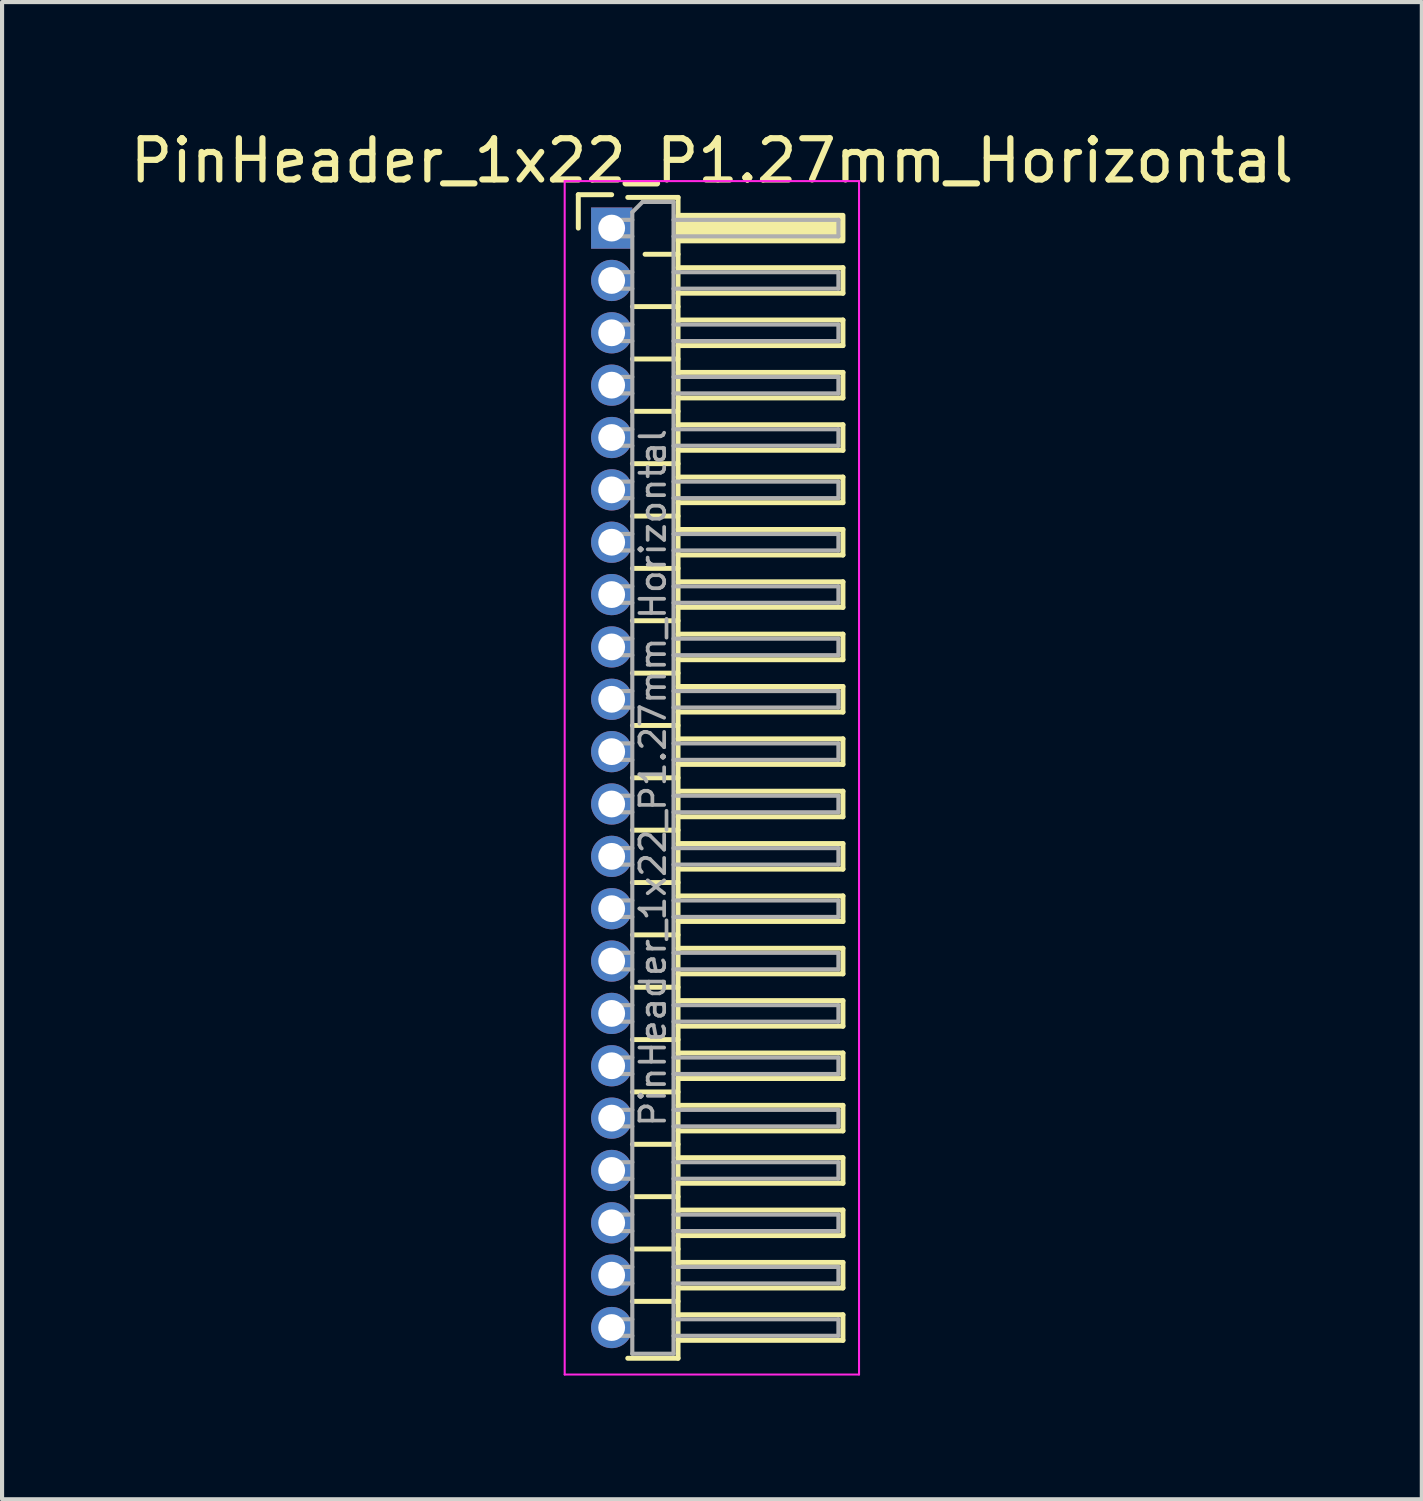
<source format=kicad_pcb>
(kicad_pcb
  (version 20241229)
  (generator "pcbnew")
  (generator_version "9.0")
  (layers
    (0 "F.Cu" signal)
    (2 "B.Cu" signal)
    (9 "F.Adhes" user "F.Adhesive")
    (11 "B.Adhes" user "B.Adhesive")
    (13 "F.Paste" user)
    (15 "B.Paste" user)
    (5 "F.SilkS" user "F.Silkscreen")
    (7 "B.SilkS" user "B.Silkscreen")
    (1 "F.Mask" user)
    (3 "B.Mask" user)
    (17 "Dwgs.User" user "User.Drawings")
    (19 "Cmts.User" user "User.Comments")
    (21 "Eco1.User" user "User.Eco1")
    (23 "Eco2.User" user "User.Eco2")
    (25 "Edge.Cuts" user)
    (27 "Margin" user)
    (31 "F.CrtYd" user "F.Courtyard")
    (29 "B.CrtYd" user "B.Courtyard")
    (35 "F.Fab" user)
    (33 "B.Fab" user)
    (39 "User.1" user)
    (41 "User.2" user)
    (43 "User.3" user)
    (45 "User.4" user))
  (footprint "PinHeader_1x22_P1.27mm_Horizontal"
    (layer "F.Cu")
    (at 11.788 2.483)
    (property "Reference" "PinHeader_1x22_P1.27mm_Horizontal" (at 2.433 -1.635 0) (layer "F.SilkS") (effects (font (size 1 1) (thickness 0.15))))
    (attr through_hole)
    (fp_line (start -0.81 -0.81) (end 0 -0.81) (stroke (width 0.12) (type solid)) (layer "F.SilkS"))
    (fp_line (start -0.81 0) (end -0.81 -0.81) (stroke (width 0.12) (type solid)) (layer "F.SilkS"))
    (fp_line (start 0.39 -0.745) (end 1.61 -0.745) (stroke (width 0.12) (type solid)) (layer "F.SilkS"))
    (fp_line (start 0.503 1.905) (end 1.61 1.905) (stroke (width 0.12) (type solid)) (layer "F.SilkS"))
    (fp_line (start 0.503 3.175) (end 1.61 3.175) (stroke (width 0.12) (type solid)) (layer "F.SilkS"))
    (fp_line (start 0.503 4.445) (end 1.61 4.445) (stroke (width 0.12) (type solid)) (layer "F.SilkS"))
    (fp_line (start 0.503 5.715) (end 1.61 5.715) (stroke (width 0.12) (type solid)) (layer "F.SilkS"))
    (fp_line (start 0.503 6.985) (end 1.61 6.985) (stroke (width 0.12) (type solid)) (layer "F.SilkS"))
    (fp_line (start 0.503 8.255) (end 1.61 8.255) (stroke (width 0.12) (type solid)) (layer "F.SilkS"))
    (fp_line (start 0.503 9.525) (end 1.61 9.525) (stroke (width 0.12) (type solid)) (layer "F.SilkS"))
    (fp_line (start 0.503 10.795) (end 1.61 10.795) (stroke (width 0.12) (type solid)) (layer "F.SilkS"))
    (fp_line (start 0.503 12.065) (end 1.61 12.065) (stroke (width 0.12) (type solid)) (layer "F.SilkS"))
    (fp_line (start 0.503 13.335) (end 1.61 13.335) (stroke (width 0.12) (type solid)) (layer "F.SilkS"))
    (fp_line (start 0.503 14.605) (end 1.61 14.605) (stroke (width 0.12) (type solid)) (layer "F.SilkS"))
    (fp_line (start 0.503 15.875) (end 1.61 15.875) (stroke (width 0.12) (type solid)) (layer "F.SilkS"))
    (fp_line (start 0.503 17.145) (end 1.61 17.145) (stroke (width 0.12) (type solid)) (layer "F.SilkS"))
    (fp_line (start 0.503 18.415) (end 1.61 18.415) (stroke (width 0.12) (type solid)) (layer "F.SilkS"))
    (fp_line (start 0.503 19.685) (end 1.61 19.685) (stroke (width 0.12) (type solid)) (layer "F.SilkS"))
    (fp_line (start 0.503 20.955) (end 1.61 20.955) (stroke (width 0.12) (type solid)) (layer "F.SilkS"))
    (fp_line (start 0.503 22.225) (end 1.61 22.225) (stroke (width 0.12) (type solid)) (layer "F.SilkS"))
    (fp_line (start 0.503 23.495) (end 1.61 23.495) (stroke (width 0.12) (type solid)) (layer "F.SilkS"))
    (fp_line (start 0.503 24.765) (end 1.61 24.765) (stroke (width 0.12) (type solid)) (layer "F.SilkS"))
    (fp_line (start 0.503 26.035) (end 1.61 26.035) (stroke (width 0.12) (type solid)) (layer "F.SilkS"))
    (fp_line (start 0.81 0.635) (end 1.61 0.635) (stroke (width 0.12) (type solid)) (layer "F.SilkS"))
    (fp_line (start 1.61 -0.745) (end 1.61 27.415) (stroke (width 0.12) (type solid)) (layer "F.SilkS"))
    (fp_line (start 1.61 0.96) (end 5.61 0.96) (stroke (width 0.12) (type solid)) (layer "F.SilkS"))
    (fp_line (start 1.61 2.23) (end 5.61 2.23) (stroke (width 0.12) (type solid)) (layer "F.SilkS"))
    (fp_line (start 1.61 3.5) (end 5.61 3.5) (stroke (width 0.12) (type solid)) (layer "F.SilkS"))
    (fp_line (start 1.61 4.77) (end 5.61 4.77) (stroke (width 0.12) (type solid)) (layer "F.SilkS"))
    (fp_line (start 1.61 6.04) (end 5.61 6.04) (stroke (width 0.12) (type solid)) (layer "F.SilkS"))
    (fp_line (start 1.61 7.31) (end 5.61 7.31) (stroke (width 0.12) (type solid)) (layer "F.SilkS"))
    (fp_line (start 1.61 8.58) (end 5.61 8.58) (stroke (width 0.12) (type solid)) (layer "F.SilkS"))
    (fp_line (start 1.61 9.85) (end 5.61 9.85) (stroke (width 0.12) (type solid)) (layer "F.SilkS"))
    (fp_line (start 1.61 11.12) (end 5.61 11.12) (stroke (width 0.12) (type solid)) (layer "F.SilkS"))
    (fp_line (start 1.61 12.39) (end 5.61 12.39) (stroke (width 0.12) (type solid)) (layer "F.SilkS"))
    (fp_line (start 1.61 13.66) (end 5.61 13.66) (stroke (width 0.12) (type solid)) (layer "F.SilkS"))
    (fp_line (start 1.61 14.93) (end 5.61 14.93) (stroke (width 0.12) (type solid)) (layer "F.SilkS"))
    (fp_line (start 1.61 16.2) (end 5.61 16.2) (stroke (width 0.12) (type solid)) (layer "F.SilkS"))
    (fp_line (start 1.61 17.47) (end 5.61 17.47) (stroke (width 0.12) (type solid)) (layer "F.SilkS"))
    (fp_line (start 1.61 18.74) (end 5.61 18.74) (stroke (width 0.12) (type solid)) (layer "F.SilkS"))
    (fp_line (start 1.61 20.01) (end 5.61 20.01) (stroke (width 0.12) (type solid)) (layer "F.SilkS"))
    (fp_line (start 1.61 21.28) (end 5.61 21.28) (stroke (width 0.12) (type solid)) (layer "F.SilkS"))
    (fp_line (start 1.61 22.55) (end 5.61 22.55) (stroke (width 0.12) (type solid)) (layer "F.SilkS"))
    (fp_line (start 1.61 23.82) (end 5.61 23.82) (stroke (width 0.12) (type solid)) (layer "F.SilkS"))
    (fp_line (start 1.61 25.09) (end 5.61 25.09) (stroke (width 0.12) (type solid)) (layer "F.SilkS"))
    (fp_line (start 1.61 26.36) (end 5.61 26.36) (stroke (width 0.12) (type solid)) (layer "F.SilkS"))
    (fp_line (start 1.61 27.415) (end 0.39 27.415) (stroke (width 0.12) (type solid)) (layer "F.SilkS"))
    (fp_line (start 5.61 0.96) (end 5.61 1.58) (stroke (width 0.12) (type solid)) (layer "F.SilkS"))
    (fp_line (start 5.61 1.58) (end 1.61 1.58) (stroke (width 0.12) (type solid)) (layer "F.SilkS"))
    (fp_line (start 5.61 2.23) (end 5.61 2.85) (stroke (width 0.12) (type solid)) (layer "F.SilkS"))
    (fp_line (start 5.61 2.85) (end 1.61 2.85) (stroke (width 0.12) (type solid)) (layer "F.SilkS"))
    (fp_line (start 5.61 3.5) (end 5.61 4.12) (stroke (width 0.12) (type solid)) (layer "F.SilkS"))
    (fp_line (start 5.61 4.12) (end 1.61 4.12) (stroke (width 0.12) (type solid)) (layer "F.SilkS"))
    (fp_line (start 5.61 4.77) (end 5.61 5.39) (stroke (width 0.12) (type solid)) (layer "F.SilkS"))
    (fp_line (start 5.61 5.39) (end 1.61 5.39) (stroke (width 0.12) (type solid)) (layer "F.SilkS"))
    (fp_line (start 5.61 6.04) (end 5.61 6.66) (stroke (width 0.12) (type solid)) (layer "F.SilkS"))
    (fp_line (start 5.61 6.66) (end 1.61 6.66) (stroke (width 0.12) (type solid)) (layer "F.SilkS"))
    (fp_line (start 5.61 7.31) (end 5.61 7.93) (stroke (width 0.12) (type solid)) (layer "F.SilkS"))
    (fp_line (start 5.61 7.93) (end 1.61 7.93) (stroke (width 0.12) (type solid)) (layer "F.SilkS"))
    (fp_line (start 5.61 8.58) (end 5.61 9.2) (stroke (width 0.12) (type solid)) (layer "F.SilkS"))
    (fp_line (start 5.61 9.2) (end 1.61 9.2) (stroke (width 0.12) (type solid)) (layer "F.SilkS"))
    (fp_line (start 5.61 9.85) (end 5.61 10.47) (stroke (width 0.12) (type solid)) (layer "F.SilkS"))
    (fp_line (start 5.61 10.47) (end 1.61 10.47) (stroke (width 0.12) (type solid)) (layer "F.SilkS"))
    (fp_line (start 5.61 11.12) (end 5.61 11.74) (stroke (width 0.12) (type solid)) (layer "F.SilkS"))
    (fp_line (start 5.61 11.74) (end 1.61 11.74) (stroke (width 0.12) (type solid)) (layer "F.SilkS"))
    (fp_line (start 5.61 12.39) (end 5.61 13.01) (stroke (width 0.12) (type solid)) (layer "F.SilkS"))
    (fp_line (start 5.61 13.01) (end 1.61 13.01) (stroke (width 0.12) (type solid)) (layer "F.SilkS"))
    (fp_line (start 5.61 13.66) (end 5.61 14.28) (stroke (width 0.12) (type solid)) (layer "F.SilkS"))
    (fp_line (start 5.61 14.28) (end 1.61 14.28) (stroke (width 0.12) (type solid)) (layer "F.SilkS"))
    (fp_line (start 5.61 14.93) (end 5.61 15.55) (stroke (width 0.12) (type solid)) (layer "F.SilkS"))
    (fp_line (start 5.61 15.55) (end 1.61 15.55) (stroke (width 0.12) (type solid)) (layer "F.SilkS"))
    (fp_line (start 5.61 16.2) (end 5.61 16.82) (stroke (width 0.12) (type solid)) (layer "F.SilkS"))
    (fp_line (start 5.61 16.82) (end 1.61 16.82) (stroke (width 0.12) (type solid)) (layer "F.SilkS"))
    (fp_line (start 5.61 17.47) (end 5.61 18.09) (stroke (width 0.12) (type solid)) (layer "F.SilkS"))
    (fp_line (start 5.61 18.09) (end 1.61 18.09) (stroke (width 0.12) (type solid)) (layer "F.SilkS"))
    (fp_line (start 5.61 18.74) (end 5.61 19.36) (stroke (width 0.12) (type solid)) (layer "F.SilkS"))
    (fp_line (start 5.61 19.36) (end 1.61 19.36) (stroke (width 0.12) (type solid)) (layer "F.SilkS"))
    (fp_line (start 5.61 20.01) (end 5.61 20.63) (stroke (width 0.12) (type solid)) (layer "F.SilkS"))
    (fp_line (start 5.61 20.63) (end 1.61 20.63) (stroke (width 0.12) (type solid)) (layer "F.SilkS"))
    (fp_line (start 5.61 21.28) (end 5.61 21.9) (stroke (width 0.12) (type solid)) (layer "F.SilkS"))
    (fp_line (start 5.61 21.9) (end 1.61 21.9) (stroke (width 0.12) (type solid)) (layer "F.SilkS"))
    (fp_line (start 5.61 22.55) (end 5.61 23.17) (stroke (width 0.12) (type solid)) (layer "F.SilkS"))
    (fp_line (start 5.61 23.17) (end 1.61 23.17) (stroke (width 0.12) (type solid)) (layer "F.SilkS"))
    (fp_line (start 5.61 23.82) (end 5.61 24.44) (stroke (width 0.12) (type solid)) (layer "F.SilkS"))
    (fp_line (start 5.61 24.44) (end 1.61 24.44) (stroke (width 0.12) (type solid)) (layer "F.SilkS"))
    (fp_line (start 5.61 25.09) (end 5.61 25.71) (stroke (width 0.12) (type solid)) (layer "F.SilkS"))
    (fp_line (start 5.61 25.71) (end 1.61 25.71) (stroke (width 0.12) (type solid)) (layer "F.SilkS"))
    (fp_line (start 5.61 26.36) (end 5.61 26.98) (stroke (width 0.12) (type solid)) (layer "F.SilkS"))
    (fp_line (start 5.61 26.98) (end 1.61 26.98) (stroke (width 0.12) (type solid)) (layer "F.SilkS"))
    (fp_rect (start 1.61 -0.31) (end 5.61 0.31) (stroke (width 0.12) (type solid)) (fill yes) (layer "F.SilkS"))
    (fp_line (start -1.14 -1.14) (end -1.14 27.81) (stroke (width 0.05) (type solid)) (layer "F.CrtYd"))
    (fp_line (start -1.14 27.81) (end 6 27.81) (stroke (width 0.05) (type solid)) (layer "F.CrtYd"))
    (fp_line (start 6 -1.14) (end -1.14 -1.14) (stroke (width 0.05) (type solid)) (layer "F.CrtYd"))
    (fp_line (start 6 27.81) (end 6 -1.14) (stroke (width 0.05) (type solid)) (layer "F.CrtYd"))
    (fp_line (start -0.2 -0.2) (end -0.2 0.2) (stroke (width 0.1) (type solid)) (layer "F.Fab"))
    (fp_line (start -0.2 -0.2) (end 0.5 -0.2) (stroke (width 0.1) (type solid)) (layer "F.Fab"))
    (fp_line (start -0.2 0.2) (end 0.5 0.2) (stroke (width 0.1) (type solid)) (layer "F.Fab"))
    (fp_line (start -0.2 1.07) (end -0.2 1.47) (stroke (width 0.1) (type solid)) (layer "F.Fab"))
    (fp_line (start -0.2 1.07) (end 0.5 1.07) (stroke (width 0.1) (type solid)) (layer "F.Fab"))
    (fp_line (start -0.2 1.47) (end 0.5 1.47) (stroke (width 0.1) (type solid)) (layer "F.Fab"))
    (fp_line (start -0.2 2.34) (end -0.2 2.74) (stroke (width 0.1) (type solid)) (layer "F.Fab"))
    (fp_line (start -0.2 2.34) (end 0.5 2.34) (stroke (width 0.1) (type solid)) (layer "F.Fab"))
    (fp_line (start -0.2 2.74) (end 0.5 2.74) (stroke (width 0.1) (type solid)) (layer "F.Fab"))
    (fp_line (start -0.2 3.61) (end -0.2 4.01) (stroke (width 0.1) (type solid)) (layer "F.Fab"))
    (fp_line (start -0.2 3.61) (end 0.5 3.61) (stroke (width 0.1) (type solid)) (layer "F.Fab"))
    (fp_line (start -0.2 4.01) (end 0.5 4.01) (stroke (width 0.1) (type solid)) (layer "F.Fab"))
    (fp_line (start -0.2 4.88) (end -0.2 5.28) (stroke (width 0.1) (type solid)) (layer "F.Fab"))
    (fp_line (start -0.2 4.88) (end 0.5 4.88) (stroke (width 0.1) (type solid)) (layer "F.Fab"))
    (fp_line (start -0.2 5.28) (end 0.5 5.28) (stroke (width 0.1) (type solid)) (layer "F.Fab"))
    (fp_line (start -0.2 6.15) (end -0.2 6.55) (stroke (width 0.1) (type solid)) (layer "F.Fab"))
    (fp_line (start -0.2 6.15) (end 0.5 6.15) (stroke (width 0.1) (type solid)) (layer "F.Fab"))
    (fp_line (start -0.2 6.55) (end 0.5 6.55) (stroke (width 0.1) (type solid)) (layer "F.Fab"))
    (fp_line (start -0.2 7.42) (end -0.2 7.82) (stroke (width 0.1) (type solid)) (layer "F.Fab"))
    (fp_line (start -0.2 7.42) (end 0.5 7.42) (stroke (width 0.1) (type solid)) (layer "F.Fab"))
    (fp_line (start -0.2 7.82) (end 0.5 7.82) (stroke (width 0.1) (type solid)) (layer "F.Fab"))
    (fp_line (start -0.2 8.69) (end -0.2 9.09) (stroke (width 0.1) (type solid)) (layer "F.Fab"))
    (fp_line (start -0.2 8.69) (end 0.5 8.69) (stroke (width 0.1) (type solid)) (layer "F.Fab"))
    (fp_line (start -0.2 9.09) (end 0.5 9.09) (stroke (width 0.1) (type solid)) (layer "F.Fab"))
    (fp_line (start -0.2 9.96) (end -0.2 10.36) (stroke (width 0.1) (type solid)) (layer "F.Fab"))
    (fp_line (start -0.2 9.96) (end 0.5 9.96) (stroke (width 0.1) (type solid)) (layer "F.Fab"))
    (fp_line (start -0.2 10.36) (end 0.5 10.36) (stroke (width 0.1) (type solid)) (layer "F.Fab"))
    (fp_line (start -0.2 11.23) (end -0.2 11.63) (stroke (width 0.1) (type solid)) (layer "F.Fab"))
    (fp_line (start -0.2 11.23) (end 0.5 11.23) (stroke (width 0.1) (type solid)) (layer "F.Fab"))
    (fp_line (start -0.2 11.63) (end 0.5 11.63) (stroke (width 0.1) (type solid)) (layer "F.Fab"))
    (fp_line (start -0.2 12.5) (end -0.2 12.9) (stroke (width 0.1) (type solid)) (layer "F.Fab"))
    (fp_line (start -0.2 12.5) (end 0.5 12.5) (stroke (width 0.1) (type solid)) (layer "F.Fab"))
    (fp_line (start -0.2 12.9) (end 0.5 12.9) (stroke (width 0.1) (type solid)) (layer "F.Fab"))
    (fp_line (start -0.2 13.77) (end -0.2 14.17) (stroke (width 0.1) (type solid)) (layer "F.Fab"))
    (fp_line (start -0.2 13.77) (end 0.5 13.77) (stroke (width 0.1) (type solid)) (layer "F.Fab"))
    (fp_line (start -0.2 14.17) (end 0.5 14.17) (stroke (width 0.1) (type solid)) (layer "F.Fab"))
    (fp_line (start -0.2 15.04) (end -0.2 15.44) (stroke (width 0.1) (type solid)) (layer "F.Fab"))
    (fp_line (start -0.2 15.04) (end 0.5 15.04) (stroke (width 0.1) (type solid)) (layer "F.Fab"))
    (fp_line (start -0.2 15.44) (end 0.5 15.44) (stroke (width 0.1) (type solid)) (layer "F.Fab"))
    (fp_line (start -0.2 16.31) (end -0.2 16.71) (stroke (width 0.1) (type solid)) (layer "F.Fab"))
    (fp_line (start -0.2 16.31) (end 0.5 16.31) (stroke (width 0.1) (type solid)) (layer "F.Fab"))
    (fp_line (start -0.2 16.71) (end 0.5 16.71) (stroke (width 0.1) (type solid)) (layer "F.Fab"))
    (fp_line (start -0.2 17.58) (end -0.2 17.98) (stroke (width 0.1) (type solid)) (layer "F.Fab"))
    (fp_line (start -0.2 17.58) (end 0.5 17.58) (stroke (width 0.1) (type solid)) (layer "F.Fab"))
    (fp_line (start -0.2 17.98) (end 0.5 17.98) (stroke (width 0.1) (type solid)) (layer "F.Fab"))
    (fp_line (start -0.2 18.85) (end -0.2 19.25) (stroke (width 0.1) (type solid)) (layer "F.Fab"))
    (fp_line (start -0.2 18.85) (end 0.5 18.85) (stroke (width 0.1) (type solid)) (layer "F.Fab"))
    (fp_line (start -0.2 19.25) (end 0.5 19.25) (stroke (width 0.1) (type solid)) (layer "F.Fab"))
    (fp_line (start -0.2 20.12) (end -0.2 20.52) (stroke (width 0.1) (type solid)) (layer "F.Fab"))
    (fp_line (start -0.2 20.12) (end 0.5 20.12) (stroke (width 0.1) (type solid)) (layer "F.Fab"))
    (fp_line (start -0.2 20.52) (end 0.5 20.52) (stroke (width 0.1) (type solid)) (layer "F.Fab"))
    (fp_line (start -0.2 21.39) (end -0.2 21.79) (stroke (width 0.1) (type solid)) (layer "F.Fab"))
    (fp_line (start -0.2 21.39) (end 0.5 21.39) (stroke (width 0.1) (type solid)) (layer "F.Fab"))
    (fp_line (start -0.2 21.79) (end 0.5 21.79) (stroke (width 0.1) (type solid)) (layer "F.Fab"))
    (fp_line (start -0.2 22.66) (end -0.2 23.06) (stroke (width 0.1) (type solid)) (layer "F.Fab"))
    (fp_line (start -0.2 22.66) (end 0.5 22.66) (stroke (width 0.1) (type solid)) (layer "F.Fab"))
    (fp_line (start -0.2 23.06) (end 0.5 23.06) (stroke (width 0.1) (type solid)) (layer "F.Fab"))
    (fp_line (start -0.2 23.93) (end -0.2 24.33) (stroke (width 0.1) (type solid)) (layer "F.Fab"))
    (fp_line (start -0.2 23.93) (end 0.5 23.93) (stroke (width 0.1) (type solid)) (layer "F.Fab"))
    (fp_line (start -0.2 24.33) (end 0.5 24.33) (stroke (width 0.1) (type solid)) (layer "F.Fab"))
    (fp_line (start -0.2 25.2) (end -0.2 25.6) (stroke (width 0.1) (type solid)) (layer "F.Fab"))
    (fp_line (start -0.2 25.2) (end 0.5 25.2) (stroke (width 0.1) (type solid)) (layer "F.Fab"))
    (fp_line (start -0.2 25.6) (end 0.5 25.6) (stroke (width 0.1) (type solid)) (layer "F.Fab"))
    (fp_line (start -0.2 26.47) (end -0.2 26.87) (stroke (width 0.1) (type solid)) (layer "F.Fab"))
    (fp_line (start -0.2 26.47) (end 0.5 26.47) (stroke (width 0.1) (type solid)) (layer "F.Fab"))
    (fp_line (start -0.2 26.87) (end 0.5 26.87) (stroke (width 0.1) (type solid)) (layer "F.Fab"))
    (fp_line (start 0.5 -0.385) (end 0.75 -0.635) (stroke (width 0.1) (type solid)) (layer "F.Fab"))
    (fp_line (start 0.5 27.305) (end 0.5 -0.385) (stroke (width 0.1) (type solid)) (layer "F.Fab"))
    (fp_line (start 0.75 -0.635) (end 1.5 -0.635) (stroke (width 0.1) (type solid)) (layer "F.Fab"))
    (fp_line (start 1.5 -0.635) (end 1.5 27.305) (stroke (width 0.1) (type solid)) (layer "F.Fab"))
    (fp_line (start 1.5 -0.2) (end 5.5 -0.2) (stroke (width 0.1) (type solid)) (layer "F.Fab"))
    (fp_line (start 1.5 0.2) (end 5.5 0.2) (stroke (width 0.1) (type solid)) (layer "F.Fab"))
    (fp_line (start 1.5 1.07) (end 5.5 1.07) (stroke (width 0.1) (type solid)) (layer "F.Fab"))
    (fp_line (start 1.5 1.47) (end 5.5 1.47) (stroke (width 0.1) (type solid)) (layer "F.Fab"))
    (fp_line (start 1.5 2.34) (end 5.5 2.34) (stroke (width 0.1) (type solid)) (layer "F.Fab"))
    (fp_line (start 1.5 2.74) (end 5.5 2.74) (stroke (width 0.1) (type solid)) (layer "F.Fab"))
    (fp_line (start 1.5 3.61) (end 5.5 3.61) (stroke (width 0.1) (type solid)) (layer "F.Fab"))
    (fp_line (start 1.5 4.01) (end 5.5 4.01) (stroke (width 0.1) (type solid)) (layer "F.Fab"))
    (fp_line (start 1.5 4.88) (end 5.5 4.88) (stroke (width 0.1) (type solid)) (layer "F.Fab"))
    (fp_line (start 1.5 5.28) (end 5.5 5.28) (stroke (width 0.1) (type solid)) (layer "F.Fab"))
    (fp_line (start 1.5 6.15) (end 5.5 6.15) (stroke (width 0.1) (type solid)) (layer "F.Fab"))
    (fp_line (start 1.5 6.55) (end 5.5 6.55) (stroke (width 0.1) (type solid)) (layer "F.Fab"))
    (fp_line (start 1.5 7.42) (end 5.5 7.42) (stroke (width 0.1) (type solid)) (layer "F.Fab"))
    (fp_line (start 1.5 7.82) (end 5.5 7.82) (stroke (width 0.1) (type solid)) (layer "F.Fab"))
    (fp_line (start 1.5 8.69) (end 5.5 8.69) (stroke (width 0.1) (type solid)) (layer "F.Fab"))
    (fp_line (start 1.5 9.09) (end 5.5 9.09) (stroke (width 0.1) (type solid)) (layer "F.Fab"))
    (fp_line (start 1.5 9.96) (end 5.5 9.96) (stroke (width 0.1) (type solid)) (layer "F.Fab"))
    (fp_line (start 1.5 10.36) (end 5.5 10.36) (stroke (width 0.1) (type solid)) (layer "F.Fab"))
    (fp_line (start 1.5 11.23) (end 5.5 11.23) (stroke (width 0.1) (type solid)) (layer "F.Fab"))
    (fp_line (start 1.5 11.63) (end 5.5 11.63) (stroke (width 0.1) (type solid)) (layer "F.Fab"))
    (fp_line (start 1.5 12.5) (end 5.5 12.5) (stroke (width 0.1) (type solid)) (layer "F.Fab"))
    (fp_line (start 1.5 12.9) (end 5.5 12.9) (stroke (width 0.1) (type solid)) (layer "F.Fab"))
    (fp_line (start 1.5 13.77) (end 5.5 13.77) (stroke (width 0.1) (type solid)) (layer "F.Fab"))
    (fp_line (start 1.5 14.17) (end 5.5 14.17) (stroke (width 0.1) (type solid)) (layer "F.Fab"))
    (fp_line (start 1.5 15.04) (end 5.5 15.04) (stroke (width 0.1) (type solid)) (layer "F.Fab"))
    (fp_line (start 1.5 15.44) (end 5.5 15.44) (stroke (width 0.1) (type solid)) (layer "F.Fab"))
    (fp_line (start 1.5 16.31) (end 5.5 16.31) (stroke (width 0.1) (type solid)) (layer "F.Fab"))
    (fp_line (start 1.5 16.71) (end 5.5 16.71) (stroke (width 0.1) (type solid)) (layer "F.Fab"))
    (fp_line (start 1.5 17.58) (end 5.5 17.58) (stroke (width 0.1) (type solid)) (layer "F.Fab"))
    (fp_line (start 1.5 17.98) (end 5.5 17.98) (stroke (width 0.1) (type solid)) (layer "F.Fab"))
    (fp_line (start 1.5 18.85) (end 5.5 18.85) (stroke (width 0.1) (type solid)) (layer "F.Fab"))
    (fp_line (start 1.5 19.25) (end 5.5 19.25) (stroke (width 0.1) (type solid)) (layer "F.Fab"))
    (fp_line (start 1.5 20.12) (end 5.5 20.12) (stroke (width 0.1) (type solid)) (layer "F.Fab"))
    (fp_line (start 1.5 20.52) (end 5.5 20.52) (stroke (width 0.1) (type solid)) (layer "F.Fab"))
    (fp_line (start 1.5 21.39) (end 5.5 21.39) (stroke (width 0.1) (type solid)) (layer "F.Fab"))
    (fp_line (start 1.5 21.79) (end 5.5 21.79) (stroke (width 0.1) (type solid)) (layer "F.Fab"))
    (fp_line (start 1.5 22.66) (end 5.5 22.66) (stroke (width 0.1) (type solid)) (layer "F.Fab"))
    (fp_line (start 1.5 23.06) (end 5.5 23.06) (stroke (width 0.1) (type solid)) (layer "F.Fab"))
    (fp_line (start 1.5 23.93) (end 5.5 23.93) (stroke (width 0.1) (type solid)) (layer "F.Fab"))
    (fp_line (start 1.5 24.33) (end 5.5 24.33) (stroke (width 0.1) (type solid)) (layer "F.Fab"))
    (fp_line (start 1.5 25.2) (end 5.5 25.2) (stroke (width 0.1) (type solid)) (layer "F.Fab"))
    (fp_line (start 1.5 25.6) (end 5.5 25.6) (stroke (width 0.1) (type solid)) (layer "F.Fab"))
    (fp_line (start 1.5 26.47) (end 5.5 26.47) (stroke (width 0.1) (type solid)) (layer "F.Fab"))
    (fp_line (start 1.5 26.87) (end 5.5 26.87) (stroke (width 0.1) (type solid)) (layer "F.Fab"))
    (fp_line (start 1.5 27.305) (end 0.5 27.305) (stroke (width 0.1) (type solid)) (layer "F.Fab"))
    (fp_line (start 5.5 -0.2) (end 5.5 0.2) (stroke (width 0.1) (type solid)) (layer "F.Fab"))
    (fp_line (start 5.5 1.07) (end 5.5 1.47) (stroke (width 0.1) (type solid)) (layer "F.Fab"))
    (fp_line (start 5.5 2.34) (end 5.5 2.74) (stroke (width 0.1) (type solid)) (layer "F.Fab"))
    (fp_line (start 5.5 3.61) (end 5.5 4.01) (stroke (width 0.1) (type solid)) (layer "F.Fab"))
    (fp_line (start 5.5 4.88) (end 5.5 5.28) (stroke (width 0.1) (type solid)) (layer "F.Fab"))
    (fp_line (start 5.5 6.15) (end 5.5 6.55) (stroke (width 0.1) (type solid)) (layer "F.Fab"))
    (fp_line (start 5.5 7.42) (end 5.5 7.82) (stroke (width 0.1) (type solid)) (layer "F.Fab"))
    (fp_line (start 5.5 8.69) (end 5.5 9.09) (stroke (width 0.1) (type solid)) (layer "F.Fab"))
    (fp_line (start 5.5 9.96) (end 5.5 10.36) (stroke (width 0.1) (type solid)) (layer "F.Fab"))
    (fp_line (start 5.5 11.23) (end 5.5 11.63) (stroke (width 0.1) (type solid)) (layer "F.Fab"))
    (fp_line (start 5.5 12.5) (end 5.5 12.9) (stroke (width 0.1) (type solid)) (layer "F.Fab"))
    (fp_line (start 5.5 13.77) (end 5.5 14.17) (stroke (width 0.1) (type solid)) (layer "F.Fab"))
    (fp_line (start 5.5 15.04) (end 5.5 15.44) (stroke (width 0.1) (type solid)) (layer "F.Fab"))
    (fp_line (start 5.5 16.31) (end 5.5 16.71) (stroke (width 0.1) (type solid)) (layer "F.Fab"))
    (fp_line (start 5.5 17.58) (end 5.5 17.98) (stroke (width 0.1) (type solid)) (layer "F.Fab"))
    (fp_line (start 5.5 18.85) (end 5.5 19.25) (stroke (width 0.1) (type solid)) (layer "F.Fab"))
    (fp_line (start 5.5 20.12) (end 5.5 20.52) (stroke (width 0.1) (type solid)) (layer "F.Fab"))
    (fp_line (start 5.5 21.39) (end 5.5 21.79) (stroke (width 0.1) (type solid)) (layer "F.Fab"))
    (fp_line (start 5.5 22.66) (end 5.5 23.06) (stroke (width 0.1) (type solid)) (layer "F.Fab"))
    (fp_line (start 5.5 23.93) (end 5.5 24.33) (stroke (width 0.1) (type solid)) (layer "F.Fab"))
    (fp_line (start 5.5 25.2) (end 5.5 25.6) (stroke (width 0.1) (type solid)) (layer "F.Fab"))
    (fp_line (start 5.5 26.47) (end 5.5 26.87) (stroke (width 0.1) (type solid)) (layer "F.Fab"))
    (fp_text user "${REFERENCE}" (at 1 13.335 90) (layer "F.Fab") (effects (font (size 0.6 0.6) (thickness 0.09))))
    (pad "1" thru_hole rect (at 0 0) (size 1 1) (drill 0.65) (layers "*.Cu" "*.Mask"))
    (pad "2" thru_hole circle (at 0 1.27) (size 1 1) (drill 0.65) (layers "*.Cu" "*.Mask"))
    (pad "3" thru_hole circle (at 0 2.54) (size 1 1) (drill 0.65) (layers "*.Cu" "*.Mask"))
    (pad "4" thru_hole circle (at 0 3.81) (size 1 1) (drill 0.65) (layers "*.Cu" "*.Mask"))
    (pad "5" thru_hole circle (at 0 5.08) (size 1 1) (drill 0.65) (layers "*.Cu" "*.Mask"))
    (pad "6" thru_hole circle (at 0 6.35) (size 1 1) (drill 0.65) (layers "*.Cu" "*.Mask"))
    (pad "7" thru_hole circle (at 0 7.62) (size 1 1) (drill 0.65) (layers "*.Cu" "*.Mask"))
    (pad "8" thru_hole circle (at 0 8.89) (size 1 1) (drill 0.65) (layers "*.Cu" "*.Mask"))
    (pad "9" thru_hole circle (at 0 10.16) (size 1 1) (drill 0.65) (layers "*.Cu" "*.Mask"))
    (pad "10" thru_hole circle (at 0 11.43) (size 1 1) (drill 0.65) (layers "*.Cu" "*.Mask"))
    (pad "11" thru_hole circle (at 0 12.7) (size 1 1) (drill 0.65) (layers "*.Cu" "*.Mask"))
    (pad "12" thru_hole circle (at 0 13.97) (size 1 1) (drill 0.65) (layers "*.Cu" "*.Mask"))
    (pad "13" thru_hole circle (at 0 15.24) (size 1 1) (drill 0.65) (layers "*.Cu" "*.Mask"))
    (pad "14" thru_hole circle (at 0 16.51) (size 1 1) (drill 0.65) (layers "*.Cu" "*.Mask"))
    (pad "15" thru_hole circle (at 0 17.78) (size 1 1) (drill 0.65) (layers "*.Cu" "*.Mask"))
    (pad "16" thru_hole circle (at 0 19.05) (size 1 1) (drill 0.65) (layers "*.Cu" "*.Mask"))
    (pad "17" thru_hole circle (at 0 20.32) (size 1 1) (drill 0.65) (layers "*.Cu" "*.Mask"))
    (pad "18" thru_hole circle (at 0 21.59) (size 1 1) (drill 0.65) (layers "*.Cu" "*.Mask"))
    (pad "19" thru_hole circle (at 0 22.86) (size 1 1) (drill 0.65) (layers "*.Cu" "*.Mask"))
    (pad "20" thru_hole circle (at 0 24.13) (size 1 1) (drill 0.65) (layers "*.Cu" "*.Mask"))
    (pad "21" thru_hole circle (at 0 25.4) (size 1 1) (drill 0.65) (layers "*.Cu" "*.Mask"))
    (pad "22" thru_hole circle (at 0 26.67) (size 1 1) (drill 0.65) (layers "*.Cu" "*.Mask")))
  (gr_rect
    (start -3 -3)
    (end 31.44 33.318)
    (stroke (width 0.1) (type default))
    (fill no)
    (layer "Edge.Cuts")))
</source>
